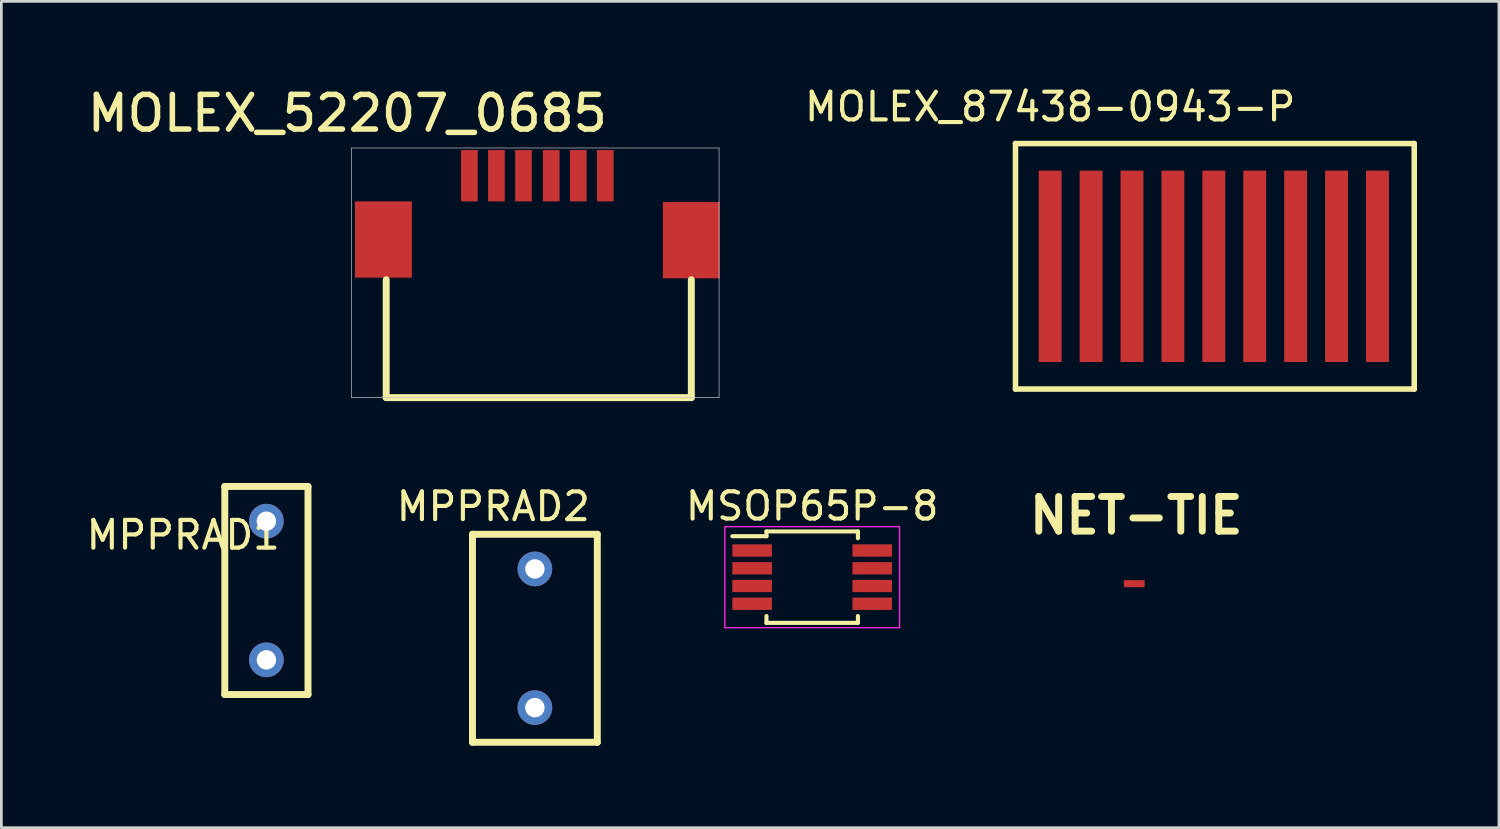
<source format=kicad_pcb>
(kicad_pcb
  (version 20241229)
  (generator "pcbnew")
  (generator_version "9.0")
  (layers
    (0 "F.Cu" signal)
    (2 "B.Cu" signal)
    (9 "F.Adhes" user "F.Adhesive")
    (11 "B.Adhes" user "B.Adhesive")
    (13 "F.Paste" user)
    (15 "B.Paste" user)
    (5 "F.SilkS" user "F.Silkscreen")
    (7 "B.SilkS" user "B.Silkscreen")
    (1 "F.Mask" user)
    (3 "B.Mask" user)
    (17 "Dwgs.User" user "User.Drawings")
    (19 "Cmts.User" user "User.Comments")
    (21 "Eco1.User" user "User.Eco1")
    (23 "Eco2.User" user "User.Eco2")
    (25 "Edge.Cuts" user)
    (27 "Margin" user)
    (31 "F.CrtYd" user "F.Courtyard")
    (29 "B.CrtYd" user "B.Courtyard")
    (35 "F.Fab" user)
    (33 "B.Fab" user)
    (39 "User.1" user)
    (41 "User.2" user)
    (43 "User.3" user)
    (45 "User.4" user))
  (footprint "MOLEX_52207_0685"
    (layer "F.Cu")
    (at 14.143 3.386)
    (property "Reference" "MOLEX_52207_0685" (at -4.47 -2.286 0) (layer "F.SilkS") (effects (font (size 1.27 1.27) (thickness 0.203))))
    (attr smd)
    (fp_line (start -3.048 3.81) (end -3.048 8.128) (stroke (width 0.254) (type solid)) (layer "F.SilkS"))
    (fp_line (start -3.048 8.128) (end 8.128 8.128) (stroke (width 0.254) (type solid)) (layer "F.SilkS"))
    (fp_line (start 8.128 8.128) (end 8.128 3.81) (stroke (width 0.254) (type solid)) (layer "F.SilkS"))
    (fp_line (start -4.318 -1.016) (end -4.318 8.128) (stroke (width 0.025) (type solid)) (layer "Dwgs.User"))
    (fp_line (start -4.318 8.128) (end 9.144 8.128) (stroke (width 0.025) (type solid)) (layer "Dwgs.User"))
    (fp_line (start 9.144 -1.016) (end -4.318 -1.016) (stroke (width 0.025) (type solid)) (layer "Dwgs.User"))
    (fp_line (start 9.144 8.128) (end 9.144 -1.016) (stroke (width 0.025) (type solid)) (layer "Dwgs.User"))
    (fp_line (start -3.048 3.81) (end -3.048 8.128) (stroke (width 0.254) (type solid)) (layer "Eco1.User"))
    (fp_line (start -3.048 8.128) (end 8.128 8.128) (stroke (width 0.254) (type solid)) (layer "Eco1.User"))
    (fp_line (start 8.128 8.128) (end 8.128 3.81) (stroke (width 0.254) (type solid)) (layer "Eco1.User"))
    (pad "1" smd rect (at 0 0) (size 0.61 1.88) (layers "F.Cu" "F.Mask" "F.Paste" "Eco1.User"))
    (pad "2" smd rect (at 0.991 0) (size 0.61 1.88) (layers "F.Cu" "F.Mask" "F.Paste" "Eco1.User"))
    (pad "3" smd rect (at 1.981 0) (size 0.61 1.88) (layers "F.Cu" "F.Mask" "F.Paste" "Eco1.User"))
    (pad "4" smd rect (at 2.997 0) (size 0.61 1.88) (layers "F.Cu" "F.Mask" "F.Paste" "Eco1.User"))
    (pad "5" smd rect (at 3.988 0) (size 0.61 1.88) (layers "F.Cu" "F.Mask" "F.Paste" "Eco1.User"))
    (pad "6" smd rect (at 4.978 0) (size 0.61 1.88) (layers "F.Cu" "F.Mask" "F.Paste" "Eco1.User"))
    (pad "7" smd rect (at -3.15 2.337) (size 2.083 2.794) (layers "F.Cu" "F.Mask" "F.Paste" "Eco1.User"))
    (pad "8" smd rect (at 8.128 2.362) (size 2.083 2.794) (layers "F.Cu" "F.Mask" "F.Paste" "Eco1.User")))
  (footprint "MOLEX_87438-0943-P"
    (layer "F.Cu")
    (at 35.414 6.704)
    (property "Reference" "MOLEX_87438-0943-P" (at 0 -5.842 0) (layer "F.SilkS") (effects (font (size 1.016 1.016) (thickness 0.152))))
    (attr smd)
    (fp_line (start -1.27 -4.496) (end 13.335 -4.496) (stroke (width 0.203) (type solid)) (layer "F.SilkS"))
    (fp_line (start -1.27 4.496) (end -1.27 -4.496) (stroke (width 0.203) (type solid)) (layer "F.SilkS"))
    (fp_line (start 13.335 -4.496) (end 13.335 4.496) (stroke (width 0.203) (type solid)) (layer "F.SilkS"))
    (fp_line (start 13.335 4.496) (end -1.27 4.496) (stroke (width 0.203) (type solid)) (layer "F.SilkS"))
    (fp_line (start -1.27 -4.496) (end 13.335 -4.496) (stroke (width 0.203) (type solid)) (layer "Eco1.User"))
    (fp_line (start -1.27 4.496) (end -1.27 -4.496) (stroke (width 0.203) (type solid)) (layer "Eco1.User"))
    (fp_line (start 13.335 -4.496) (end 13.335 4.496) (stroke (width 0.203) (type solid)) (layer "Eco1.User"))
    (fp_line (start 13.335 4.496) (end -1.27 4.496) (stroke (width 0.203) (type solid)) (layer "Eco1.User"))
    (pad "1" smd rect (at 0 0) (size 0.838 7.01) (layers "F.Cu" "F.Mask" "F.Paste" "Eco1.User"))
    (pad "2" smd rect (at 1.499 0) (size 0.838 7.01) (layers "F.Cu" "F.Mask" "F.Paste" "Eco1.User"))
    (pad "3" smd rect (at 2.997 0) (size 0.838 7.01) (layers "F.Cu" "F.Mask" "F.Paste" "Eco1.User"))
    (pad "4" smd rect (at 4.496 0) (size 0.838 7.01) (layers "F.Cu" "F.Mask" "F.Paste" "Eco1.User"))
    (pad "5" smd rect (at 5.994 0) (size 0.838 7.01) (layers "F.Cu" "F.Mask" "F.Paste" "Eco1.User"))
    (pad "6" smd rect (at 7.493 0) (size 0.838 7.01) (layers "F.Cu" "F.Mask" "F.Paste" "Eco1.User"))
    (pad "7" smd rect (at 8.992 0) (size 0.838 7.01) (layers "F.Cu" "F.Mask" "F.Paste" "Eco1.User"))
    (pad "8" smd rect (at 10.49 0) (size 0.838 7.01) (layers "F.Cu" "F.Mask" "F.Paste" "Eco1.User"))
    (pad "9" smd rect (at 11.989 0) (size 0.838 7.01) (layers "F.Cu" "F.Mask" "F.Paste" "Eco1.User")))
  (footprint "MSOP65P-8"
    (layer "F.Cu")
    (at 26.698 18.089)
    (property "Reference" "MSOP65P-8" (at 0 -2.6 0) (layer "F.SilkS") (effects (font (size 1 1) (thickness 0.15))))
    (attr smd)
    (fp_line (start -1.675 -1.675) (end -1.675 -1.5) (stroke (width 0.15) (type solid)) (layer "F.SilkS"))
    (fp_line (start -1.675 -1.675) (end 1.675 -1.675) (stroke (width 0.15) (type solid)) (layer "F.SilkS"))
    (fp_line (start -1.675 -1.5) (end -2.925 -1.5) (stroke (width 0.15) (type solid)) (layer "F.SilkS"))
    (fp_line (start -1.675 1.675) (end -1.675 1.425) (stroke (width 0.15) (type solid)) (layer "F.SilkS"))
    (fp_line (start -1.675 1.675) (end 1.675 1.675) (stroke (width 0.15) (type solid)) (layer "F.SilkS"))
    (fp_line (start 1.675 -1.675) (end 1.675 -1.425) (stroke (width 0.15) (type solid)) (layer "F.SilkS"))
    (fp_line (start 1.675 1.675) (end 1.675 1.425) (stroke (width 0.15) (type solid)) (layer "F.SilkS"))
    (fp_line (start -1.5 -0.5) (end -0.5 -1.5) (stroke (width 0.15) (type solid)) (layer "Eco1.User"))
    (fp_line (start -1.5 1.5) (end -1.5 -0.5) (stroke (width 0.15) (type solid)) (layer "Eco1.User"))
    (fp_line (start -0.5 -1.5) (end 1.5 -1.5) (stroke (width 0.15) (type solid)) (layer "Eco1.User"))
    (fp_line (start 1.5 -1.5) (end 1.5 1.5) (stroke (width 0.15) (type solid)) (layer "Eco1.User"))
    (fp_line (start 1.5 1.5) (end -1.5 1.5) (stroke (width 0.15) (type solid)) (layer "Eco1.User"))
    (fp_line (start -3.2 -1.85) (end -3.2 1.85) (stroke (width 0.05) (type solid)) (layer "F.CrtYd"))
    (fp_line (start -3.2 -1.85) (end 3.2 -1.85) (stroke (width 0.05) (type solid)) (layer "F.CrtYd"))
    (fp_line (start -3.2 1.85) (end 3.2 1.85) (stroke (width 0.05) (type solid)) (layer "F.CrtYd"))
    (fp_line (start 3.2 -1.85) (end 3.2 1.85) (stroke (width 0.05) (type solid)) (layer "F.CrtYd"))
    (fp_text user "${REFERENCE}" (at 0 0 0) (layer "Eco1.User") (effects (font (size 0.6 0.6) (thickness 0.15))))
    (pad "1" smd rect (at -2.2 -0.975) (size 1.45 0.45) (layers "F.Cu" "F.Mask" "F.Paste"))
    (pad "2" smd rect (at -2.2 -0.325) (size 1.45 0.45) (layers "F.Cu" "F.Mask" "F.Paste"))
    (pad "3" smd rect (at -2.2 0.325) (size 1.45 0.45) (layers "F.Cu" "F.Mask" "F.Paste"))
    (pad "4" smd rect (at -2.2 0.975) (size 1.45 0.45) (layers "F.Cu" "F.Mask" "F.Paste"))
    (pad "5" smd rect (at 2.2 0.975) (size 1.45 0.45) (layers "F.Cu" "F.Mask" "F.Paste"))
    (pad "6" smd rect (at 2.2 0.325) (size 1.45 0.45) (layers "F.Cu" "F.Mask" "F.Paste"))
    (pad "7" smd rect (at 2.2 -0.325) (size 1.45 0.45) (layers "F.Cu" "F.Mask" "F.Paste"))
    (pad "8" smd rect (at 2.2 -0.975) (size 1.45 0.45) (layers "F.Cu" "F.Mask" "F.Paste")))
  (footprint "MPPRAD1"
    (layer "F.Cu")
    (at 6.707 18.578)
    (property "Reference" "MPPRAD1" (at -3.048 -2.032 0) (layer "F.SilkS") (effects (font (size 1.016 1.016) (thickness 0.152))))
    (attr through_hole)
    (fp_line (start -1.524 -3.81) (end 1.524 -3.81) (stroke (width 0.254) (type solid)) (layer "F.SilkS"))
    (fp_line (start -1.524 3.81) (end -1.524 -3.81) (stroke (width 0.254) (type solid)) (layer "F.SilkS"))
    (fp_line (start 1.524 -3.81) (end 1.524 3.81) (stroke (width 0.254) (type solid)) (layer "F.SilkS"))
    (fp_line (start 1.524 3.81) (end -1.524 3.81) (stroke (width 0.254) (type solid)) (layer "F.SilkS"))
    (pad "1" thru_hole circle (at 0 -2.54) (size 1.27 1.27) (drill 0.711) (layers "*.Cu" "*.Mask"))
    (pad "2" thru_hole circle (at 0 2.54) (size 1.27 1.27) (drill 0.711) (layers "*.Cu" "*.Mask")))
  (footprint "NET-TIE"
    (layer "F.Cu")
    (at 38.495 18.329)
    (property "Reference" "NET-TIE" (at 0.071 -2.499 0) (layer "F.SilkS") (effects (font (size 1.27 1.27) (thickness 0.254))))
    (attr through_hole)
    (fp_line (start -0.191 0) (end 0.191 0) (stroke (width 0.254) (type solid)) (layer "F.Cu"))
    (pad "1" smd rect (at -0.254 0) (size 0.254 0.254) (layers "F.Cu"))
    (pad "2" smd rect (at 0.254 0) (size 0.254 0.254) (layers "F.Cu")))
  (footprint "MPPRAD2"
    (layer "F.Cu")
    (at 16.541 17.788)
    (property "Reference" "MPPRAD2" (at -1.524 -2.286 0) (layer "F.SilkS") (effects (font (size 1.016 1.016) (thickness 0.152))))
    (attr through_hole)
    (fp_line (start -2.286 -1.27) (end -2.286 6.35) (stroke (width 0.254) (type solid)) (layer "F.SilkS"))
    (fp_line (start -2.286 6.35) (end 2.286 6.35) (stroke (width 0.254) (type solid)) (layer "F.SilkS"))
    (fp_line (start 2.286 -1.27) (end -2.286 -1.27) (stroke (width 0.254) (type solid)) (layer "F.SilkS"))
    (fp_line (start 2.286 6.35) (end 2.286 -1.27) (stroke (width 0.254) (type solid)) (layer "F.SilkS"))
    (pad "1" thru_hole circle (at 0 0) (size 1.27 1.27) (drill 0.711) (layers "*.Cu" "*.Mask"))
    (pad "2" thru_hole circle (at 0 5.08) (size 1.27 1.27) (drill 0.711) (layers "*.Cu" "*.Mask")))
  (gr_rect
    (start -3 -3)
    (end 51.851 27.265)
    (stroke (width 0.1) (type default))
    (fill no)
    (layer "Edge.Cuts")))
</source>
